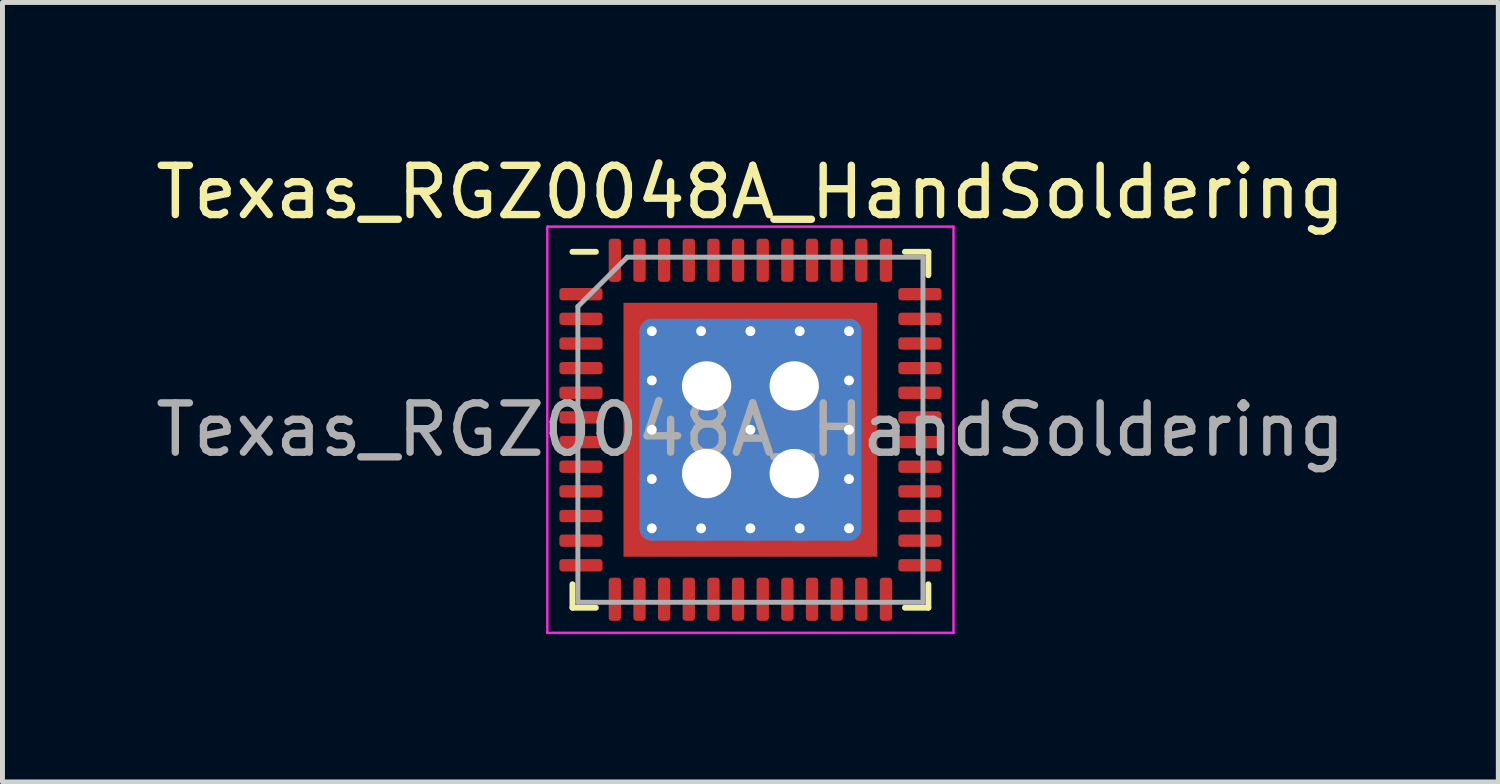
<source format=kicad_pcb>
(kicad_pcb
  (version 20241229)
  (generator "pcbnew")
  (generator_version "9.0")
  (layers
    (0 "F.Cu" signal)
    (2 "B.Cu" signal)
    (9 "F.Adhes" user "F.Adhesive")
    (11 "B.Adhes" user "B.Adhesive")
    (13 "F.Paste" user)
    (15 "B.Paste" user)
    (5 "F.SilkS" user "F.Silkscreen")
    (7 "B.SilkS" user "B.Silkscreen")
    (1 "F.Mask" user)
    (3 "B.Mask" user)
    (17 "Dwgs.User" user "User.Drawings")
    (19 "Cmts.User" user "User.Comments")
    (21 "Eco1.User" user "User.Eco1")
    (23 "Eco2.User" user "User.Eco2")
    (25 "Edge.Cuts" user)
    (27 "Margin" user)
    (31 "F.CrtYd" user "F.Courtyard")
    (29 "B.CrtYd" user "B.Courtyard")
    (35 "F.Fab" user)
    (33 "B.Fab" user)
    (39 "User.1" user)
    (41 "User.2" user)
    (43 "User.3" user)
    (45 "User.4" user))
  (footprint "Texas_RGZ0048A_HandSoldering"
    (layer "F.Cu")
    (at 12.173 5.668)
    (property "Reference" "Texas_RGZ0048A_HandSoldering" (at 0 -4.82 0) (layer "F.SilkS") (effects (font (size 1 1) (thickness 0.15))))
    (attr smd)
    (fp_line (start -3.61 3.61) (end -3.61 3.135) (stroke (width 0.12) (type solid)) (layer "F.SilkS"))
    (fp_line (start -3.135 -3.61) (end -3.61 -3.61) (stroke (width 0.12) (type solid)) (layer "F.SilkS"))
    (fp_line (start -3.135 3.61) (end -3.61 3.61) (stroke (width 0.12) (type solid)) (layer "F.SilkS"))
    (fp_line (start 3.135 -3.61) (end 3.61 -3.61) (stroke (width 0.12) (type solid)) (layer "F.SilkS"))
    (fp_line (start 3.135 3.61) (end 3.61 3.61) (stroke (width 0.12) (type solid)) (layer "F.SilkS"))
    (fp_line (start 3.61 -3.61) (end 3.61 -3.135) (stroke (width 0.12) (type solid)) (layer "F.SilkS"))
    (fp_line (start 3.61 3.61) (end 3.61 3.135) (stroke (width 0.12) (type solid)) (layer "F.SilkS"))
    (fp_line (start -4.12 -4.12) (end -4.12 4.12) (stroke (width 0.05) (type solid)) (layer "F.CrtYd"))
    (fp_line (start -4.12 4.12) (end 4.12 4.12) (stroke (width 0.05) (type solid)) (layer "F.CrtYd"))
    (fp_line (start 4.12 -4.12) (end -4.12 -4.12) (stroke (width 0.05) (type solid)) (layer "F.CrtYd"))
    (fp_line (start 4.12 4.12) (end 4.12 -4.12) (stroke (width 0.05) (type solid)) (layer "F.CrtYd"))
    (fp_line (start -3.5 -2.5) (end -2.5 -3.5) (stroke (width 0.1) (type solid)) (layer "F.Fab"))
    (fp_line (start -3.5 3.5) (end -3.5 -2.5) (stroke (width 0.1) (type solid)) (layer "F.Fab"))
    (fp_line (start -2.5 -3.5) (end 3.5 -3.5) (stroke (width 0.1) (type solid)) (layer "F.Fab"))
    (fp_line (start 3.5 -3.5) (end 3.5 3.5) (stroke (width 0.1) (type solid)) (layer "F.Fab"))
    (fp_line (start 3.5 3.5) (end -3.5 3.5) (stroke (width 0.1) (type solid)) (layer "F.Fab"))
    (fp_text user "${REFERENCE}" (at 0 0 0) (layer "F.Fab") (effects (font (size 1 1) (thickness 0.15))))
    (pad "" smd custom (at -2.288 -2.288) (size 0.342 0.342) (layers "F.Paste") (options (anchor circle)) (primitives (gr_poly (pts (xy -0.116 -0.116) (xy 0.116 -0.116) (xy 0.116 0.012) (xy 0.012 0.116) (xy -0.116 0.116)) (width 0.232) (fill yes))))
    (pad "" smd custom (at -2.288 -1.5) (size 0.371 0.371) (layers "F.Paste") (options (anchor circle)) (primitives (gr_poly (pts (xy -0.14 -0.311) (xy 0.063 -0.311) (xy 0.14 -0.235) (xy 0.14 0.235) (xy 0.063 0.311) (xy -0.14 0.311)) (width 0.184) (fill yes))))
    (pad "" smd custom (at -2.288 -0.5) (size 0.371 0.371) (layers "F.Paste") (options (anchor circle)) (primitives (gr_poly (pts (xy -0.14 -0.311) (xy 0.063 -0.311) (xy 0.14 -0.235) (xy 0.14 0.235) (xy 0.063 0.311) (xy -0.14 0.311)) (width 0.184) (fill yes))))
    (pad "" smd custom (at -2.288 0.5) (size 0.371 0.371) (layers "F.Paste") (options (anchor circle)) (primitives (gr_poly (pts (xy -0.14 -0.311) (xy 0.063 -0.311) (xy 0.14 -0.235) (xy 0.14 0.235) (xy 0.063 0.311) (xy -0.14 0.311)) (width 0.184) (fill yes))))
    (pad "" smd custom (at -2.288 1.5) (size 0.371 0.371) (layers "F.Paste") (options (anchor circle)) (primitives (gr_poly (pts (xy -0.14 -0.311) (xy 0.063 -0.311) (xy 0.14 -0.235) (xy 0.14 0.235) (xy 0.063 0.311) (xy -0.14 0.311)) (width 0.184) (fill yes))))
    (pad "" smd custom (at -2.288 2.288) (size 0.342 0.342) (layers "F.Paste") (options (anchor circle)) (primitives (gr_poly (pts (xy -0.116 -0.116) (xy 0.012 -0.116) (xy 0.116 -0.012) (xy 0.116 0.116) (xy -0.116 0.116)) (width 0.232) (fill yes))))
    (pad "" smd custom (at -1.5 -2.288) (size 0.371 0.371) (layers "F.Paste") (options (anchor circle)) (primitives (gr_poly (pts (xy -0.311 -0.14) (xy 0.311 -0.14) (xy 0.311 0.063) (xy 0.235 0.14) (xy -0.235 0.14) (xy -0.311 0.063)) (width 0.184) (fill yes))))
    (pad "" smd roundrect (at -1.5 -1.5) (size 0.806 0.806) (layers "F.Paste") (roundrect_rratio 0.25))
    (pad "" smd roundrect (at -1.5 -0.5) (size 0.806 0.806) (layers "F.Paste") (roundrect_rratio 0.25))
    (pad "" smd roundrect (at -1.5 0.5) (size 0.806 0.806) (layers "F.Paste") (roundrect_rratio 0.25))
    (pad "" smd roundrect (at -1.5 1.5) (size 0.806 0.806) (layers "F.Paste") (roundrect_rratio 0.25))
    (pad "" smd custom (at -1.5 2.288) (size 0.371 0.371) (layers "F.Paste") (options (anchor circle)) (primitives (gr_poly (pts (xy -0.311 -0.063) (xy -0.235 -0.14) (xy 0.235 -0.14) (xy 0.311 -0.063) (xy 0.311 0.14) (xy -0.311 0.14)) (width 0.184) (fill yes))))
    (pad "" smd custom (at -0.5 -2.288) (size 0.371 0.371) (layers "F.Paste") (options (anchor circle)) (primitives (gr_poly (pts (xy -0.311 -0.14) (xy 0.311 -0.14) (xy 0.311 0.063) (xy 0.235 0.14) (xy -0.235 0.14) (xy -0.311 0.063)) (width 0.184) (fill yes))))
    (pad "" smd roundrect (at -0.5 -1.5) (size 0.806 0.806) (layers "F.Paste") (roundrect_rratio 0.25))
    (pad "" smd roundrect (at -0.5 -0.5) (size 0.806 0.806) (layers "F.Paste") (roundrect_rratio 0.25))
    (pad "" smd roundrect (at -0.5 0.5) (size 0.806 0.806) (layers "F.Paste") (roundrect_rratio 0.25))
    (pad "" smd roundrect (at -0.5 1.5) (size 0.806 0.806) (layers "F.Paste") (roundrect_rratio 0.25))
    (pad "" smd custom (at -0.5 2.288) (size 0.371 0.371) (layers "F.Paste") (options (anchor circle)) (primitives (gr_poly (pts (xy -0.311 -0.063) (xy -0.235 -0.14) (xy 0.235 -0.14) (xy 0.311 -0.063) (xy 0.311 0.14) (xy -0.311 0.14)) (width 0.184) (fill yes))))
    (pad "" smd custom (at 0.5 -2.288) (size 0.371 0.371) (layers "F.Paste") (options (anchor circle)) (primitives (gr_poly (pts (xy -0.311 -0.14) (xy 0.311 -0.14) (xy 0.311 0.063) (xy 0.235 0.14) (xy -0.235 0.14) (xy -0.311 0.063)) (width 0.184) (fill yes))))
    (pad "" smd roundrect (at 0.5 -1.5) (size 0.806 0.806) (layers "F.Paste") (roundrect_rratio 0.25))
    (pad "" smd roundrect (at 0.5 -0.5) (size 0.806 0.806) (layers "F.Paste") (roundrect_rratio 0.25))
    (pad "" smd roundrect (at 0.5 0.5) (size 0.806 0.806) (layers "F.Paste") (roundrect_rratio 0.25))
    (pad "" smd roundrect (at 0.5 1.5) (size 0.806 0.806) (layers "F.Paste") (roundrect_rratio 0.25))
    (pad "" smd custom (at 0.5 2.288) (size 0.371 0.371) (layers "F.Paste") (options (anchor circle)) (primitives (gr_poly (pts (xy -0.311 -0.063) (xy -0.235 -0.14) (xy 0.235 -0.14) (xy 0.311 -0.063) (xy 0.311 0.14) (xy -0.311 0.14)) (width 0.184) (fill yes))))
    (pad "" smd custom (at 1.5 -2.288) (size 0.371 0.371) (layers "F.Paste") (options (anchor circle)) (primitives (gr_poly (pts (xy -0.311 -0.14) (xy 0.311 -0.14) (xy 0.311 0.063) (xy 0.235 0.14) (xy -0.235 0.14) (xy -0.311 0.063)) (width 0.184) (fill yes))))
    (pad "" smd roundrect (at 1.5 -1.5) (size 0.806 0.806) (layers "F.Paste") (roundrect_rratio 0.25))
    (pad "" smd roundrect (at 1.5 -0.5) (size 0.806 0.806) (layers "F.Paste") (roundrect_rratio 0.25))
    (pad "" smd roundrect (at 1.5 0.5) (size 0.806 0.806) (layers "F.Paste") (roundrect_rratio 0.25))
    (pad "" smd roundrect (at 1.5 1.5) (size 0.806 0.806) (layers "F.Paste") (roundrect_rratio 0.25))
    (pad "" smd custom (at 1.5 2.288) (size 0.371 0.371) (layers "F.Paste") (options (anchor circle)) (primitives (gr_poly (pts (xy -0.311 -0.063) (xy -0.235 -0.14) (xy 0.235 -0.14) (xy 0.311 -0.063) (xy 0.311 0.14) (xy -0.311 0.14)) (width 0.184) (fill yes))))
    (pad "" smd custom (at 2.288 -2.288) (size 0.342 0.342) (layers "F.Paste") (options (anchor circle)) (primitives (gr_poly (pts (xy -0.116 -0.116) (xy 0.116 -0.116) (xy 0.116 0.116) (xy -0.012 0.116) (xy -0.116 0.012)) (width 0.232) (fill yes))))
    (pad "" smd custom (at 2.288 -1.5) (size 0.371 0.371) (layers "F.Paste") (options (anchor circle)) (primitives (gr_poly (pts (xy -0.14 -0.235) (xy -0.063 -0.311) (xy 0.14 -0.311) (xy 0.14 0.311) (xy -0.063 0.311) (xy -0.14 0.235)) (width 0.184) (fill yes))))
    (pad "" smd custom (at 2.288 -0.5) (size 0.371 0.371) (layers "F.Paste") (options (anchor circle)) (primitives (gr_poly (pts (xy -0.14 -0.235) (xy -0.063 -0.311) (xy 0.14 -0.311) (xy 0.14 0.311) (xy -0.063 0.311) (xy -0.14 0.235)) (width 0.184) (fill yes))))
    (pad "" smd custom (at 2.288 0.5) (size 0.371 0.371) (layers "F.Paste") (options (anchor circle)) (primitives (gr_poly (pts (xy -0.14 -0.235) (xy -0.063 -0.311) (xy 0.14 -0.311) (xy 0.14 0.311) (xy -0.063 0.311) (xy -0.14 0.235)) (width 0.184) (fill yes))))
    (pad "" smd custom (at 2.288 1.5) (size 0.371 0.371) (layers "F.Paste") (options (anchor circle)) (primitives (gr_poly (pts (xy -0.14 -0.235) (xy -0.063 -0.311) (xy 0.14 -0.311) (xy 0.14 0.311) (xy -0.063 0.311) (xy -0.14 0.235)) (width 0.184) (fill yes))))
    (pad "" smd custom (at 2.288 2.288) (size 0.342 0.342) (layers "F.Paste") (options (anchor circle)) (primitives (gr_poly (pts (xy -0.116 -0.012) (xy -0.012 -0.116) (xy 0.116 -0.116) (xy 0.116 0.116) (xy -0.116 0.116)) (width 0.232) (fill yes))))
    (pad "1" smd roundrect (at -3.438 -2.75) (size 0.875 0.25) (layers "F.Cu" "F.Mask" "F.Paste") (roundrect_rratio 0.25))
    (pad "2" smd roundrect (at -3.438 -2.25) (size 0.875 0.25) (layers "F.Cu" "F.Mask" "F.Paste") (roundrect_rratio 0.25))
    (pad "3" smd roundrect (at -3.438 -1.75) (size 0.875 0.25) (layers "F.Cu" "F.Mask" "F.Paste") (roundrect_rratio 0.25))
    (pad "4" smd roundrect (at -3.438 -1.25) (size 0.875 0.25) (layers "F.Cu" "F.Mask" "F.Paste") (roundrect_rratio 0.25))
    (pad "5" smd roundrect (at -3.438 -0.75) (size 0.875 0.25) (layers "F.Cu" "F.Mask" "F.Paste") (roundrect_rratio 0.25))
    (pad "6" smd roundrect (at -3.438 -0.25) (size 0.875 0.25) (layers "F.Cu" "F.Mask" "F.Paste") (roundrect_rratio 0.25))
    (pad "7" smd roundrect (at -3.438 0.25) (size 0.875 0.25) (layers "F.Cu" "F.Mask" "F.Paste") (roundrect_rratio 0.25))
    (pad "8" smd roundrect (at -3.438 0.75) (size 0.875 0.25) (layers "F.Cu" "F.Mask" "F.Paste") (roundrect_rratio 0.25))
    (pad "9" smd roundrect (at -3.438 1.25) (size 0.875 0.25) (layers "F.Cu" "F.Mask" "F.Paste") (roundrect_rratio 0.25))
    (pad "10" smd roundrect (at -3.438 1.75) (size 0.875 0.25) (layers "F.Cu" "F.Mask" "F.Paste") (roundrect_rratio 0.25))
    (pad "11" smd roundrect (at -3.438 2.25) (size 0.875 0.25) (layers "F.Cu" "F.Mask" "F.Paste") (roundrect_rratio 0.25))
    (pad "12" smd roundrect (at -3.438 2.75) (size 0.875 0.25) (layers "F.Cu" "F.Mask" "F.Paste") (roundrect_rratio 0.25))
    (pad "13" smd roundrect (at -2.75 3.438) (size 0.25 0.875) (layers "F.Cu" "F.Mask" "F.Paste") (roundrect_rratio 0.25))
    (pad "14" smd roundrect (at -2.25 3.438) (size 0.25 0.875) (layers "F.Cu" "F.Mask" "F.Paste") (roundrect_rratio 0.25))
    (pad "15" smd roundrect (at -1.75 3.438) (size 0.25 0.875) (layers "F.Cu" "F.Mask" "F.Paste") (roundrect_rratio 0.25))
    (pad "16" smd roundrect (at -1.25 3.438) (size 0.25 0.875) (layers "F.Cu" "F.Mask" "F.Paste") (roundrect_rratio 0.25))
    (pad "17" smd roundrect (at -0.75 3.438) (size 0.25 0.875) (layers "F.Cu" "F.Mask" "F.Paste") (roundrect_rratio 0.25))
    (pad "18" smd roundrect (at -0.25 3.438) (size 0.25 0.875) (layers "F.Cu" "F.Mask" "F.Paste") (roundrect_rratio 0.25))
    (pad "19" smd roundrect (at 0.25 3.438) (size 0.25 0.875) (layers "F.Cu" "F.Mask" "F.Paste") (roundrect_rratio 0.25))
    (pad "20" smd roundrect (at 0.75 3.438) (size 0.25 0.875) (layers "F.Cu" "F.Mask" "F.Paste") (roundrect_rratio 0.25))
    (pad "21" smd roundrect (at 1.25 3.438) (size 0.25 0.875) (layers "F.Cu" "F.Mask" "F.Paste") (roundrect_rratio 0.25))
    (pad "22" smd roundrect (at 1.75 3.438) (size 0.25 0.875) (layers "F.Cu" "F.Mask" "F.Paste") (roundrect_rratio 0.25))
    (pad "23" smd roundrect (at 2.25 3.438) (size 0.25 0.875) (layers "F.Cu" "F.Mask" "F.Paste") (roundrect_rratio 0.25))
    (pad "24" smd roundrect (at 2.75 3.438) (size 0.25 0.875) (layers "F.Cu" "F.Mask" "F.Paste") (roundrect_rratio 0.25))
    (pad "25" smd roundrect (at 3.438 2.75) (size 0.875 0.25) (layers "F.Cu" "F.Mask" "F.Paste") (roundrect_rratio 0.25))
    (pad "26" smd roundrect (at 3.438 2.25) (size 0.875 0.25) (layers "F.Cu" "F.Mask" "F.Paste") (roundrect_rratio 0.25))
    (pad "27" smd roundrect (at 3.438 1.75) (size 0.875 0.25) (layers "F.Cu" "F.Mask" "F.Paste") (roundrect_rratio 0.25))
    (pad "28" smd roundrect (at 3.438 1.25) (size 0.875 0.25) (layers "F.Cu" "F.Mask" "F.Paste") (roundrect_rratio 0.25))
    (pad "29" smd roundrect (at 3.438 0.75) (size 0.875 0.25) (layers "F.Cu" "F.Mask" "F.Paste") (roundrect_rratio 0.25))
    (pad "30" smd roundrect (at 3.438 0.25) (size 0.875 0.25) (layers "F.Cu" "F.Mask" "F.Paste") (roundrect_rratio 0.25))
    (pad "31" smd roundrect (at 3.438 -0.25) (size 0.875 0.25) (layers "F.Cu" "F.Mask" "F.Paste") (roundrect_rratio 0.25))
    (pad "32" smd roundrect (at 3.438 -0.75) (size 0.875 0.25) (layers "F.Cu" "F.Mask" "F.Paste") (roundrect_rratio 0.25))
    (pad "33" smd roundrect (at 3.438 -1.25) (size 0.875 0.25) (layers "F.Cu" "F.Mask" "F.Paste") (roundrect_rratio 0.25))
    (pad "34" smd roundrect (at 3.438 -1.75) (size 0.875 0.25) (layers "F.Cu" "F.Mask" "F.Paste") (roundrect_rratio 0.25))
    (pad "35" smd roundrect (at 3.438 -2.25) (size 0.875 0.25) (layers "F.Cu" "F.Mask" "F.Paste") (roundrect_rratio 0.25))
    (pad "36" smd roundrect (at 3.438 -2.75) (size 0.875 0.25) (layers "F.Cu" "F.Mask" "F.Paste") (roundrect_rratio 0.25))
    (pad "37" smd roundrect (at 2.75 -3.438) (size 0.25 0.875) (layers "F.Cu" "F.Mask" "F.Paste") (roundrect_rratio 0.25))
    (pad "38" smd roundrect (at 2.25 -3.438) (size 0.25 0.875) (layers "F.Cu" "F.Mask" "F.Paste") (roundrect_rratio 0.25))
    (pad "39" smd roundrect (at 1.75 -3.438) (size 0.25 0.875) (layers "F.Cu" "F.Mask" "F.Paste") (roundrect_rratio 0.25))
    (pad "40" smd roundrect (at 1.25 -3.438) (size 0.25 0.875) (layers "F.Cu" "F.Mask" "F.Paste") (roundrect_rratio 0.25))
    (pad "41" smd roundrect (at 0.75 -3.438) (size 0.25 0.875) (layers "F.Cu" "F.Mask" "F.Paste") (roundrect_rratio 0.25))
    (pad "42" smd roundrect (at 0.25 -3.438) (size 0.25 0.875) (layers "F.Cu" "F.Mask" "F.Paste") (roundrect_rratio 0.25))
    (pad "43" smd roundrect (at -0.25 -3.438) (size 0.25 0.875) (layers "F.Cu" "F.Mask" "F.Paste") (roundrect_rratio 0.25))
    (pad "44" smd roundrect (at -0.75 -3.438) (size 0.25 0.875) (layers "F.Cu" "F.Mask" "F.Paste") (roundrect_rratio 0.25))
    (pad "45" smd roundrect (at -1.25 -3.438) (size 0.25 0.875) (layers "F.Cu" "F.Mask" "F.Paste") (roundrect_rratio 0.25))
    (pad "46" smd roundrect (at -1.75 -3.438) (size 0.25 0.875) (layers "F.Cu" "F.Mask" "F.Paste") (roundrect_rratio 0.25))
    (pad "47" smd roundrect (at -2.25 -3.438) (size 0.25 0.875) (layers "F.Cu" "F.Mask" "F.Paste") (roundrect_rratio 0.25))
    (pad "48" smd roundrect (at -2.75 -3.438) (size 0.25 0.875) (layers "F.Cu" "F.Mask" "F.Paste") (roundrect_rratio 0.25))
    (pad "49" thru_hole circle (at -2 -2) (size 0.5 0.5) (drill 0.2) (layers "*.Cu"))
    (pad "49" thru_hole circle (at -2 -1) (size 0.5 0.5) (drill 0.2) (layers "*.Cu"))
    (pad "49" thru_hole circle (at -2 0) (size 0.5 0.5) (drill 0.2) (layers "*.Cu"))
    (pad "49" thru_hole circle (at -2 1) (size 0.5 0.5) (drill 0.2) (layers "*.Cu"))
    (pad "49" thru_hole circle (at -2 2) (size 0.5 0.5) (drill 0.2) (layers "*.Cu"))
    (pad "49" thru_hole circle (at -1 -2) (size 0.5 0.5) (drill 0.2) (layers "*.Cu"))
    (pad "49" thru_hole circle (at -1 2) (size 0.5 0.5) (drill 0.2) (layers "*.Cu"))
    (pad "49" thru_hole circle (at -0.889 -0.889) (size 1.3 1.3) (drill 1) (layers "*.Cu"))
    (pad "49" thru_hole circle (at -0.889 0.889) (size 1.3 1.3) (drill 1) (layers "*.Cu"))
    (pad "49" thru_hole circle (at 0 -2) (size 0.5 0.5) (drill 0.2) (layers "*.Cu"))
    (pad "49" thru_hole circle (at 0 0) (size 0.5 0.5) (drill 0.2) (layers "*.Cu"))
    (pad "49" smd roundrect (at 0 0) (size 4.5 4.5) (layers "B.Cu") (roundrect_rratio 0.056))
    (pad "49" smd rect (at 0 0) (size 5.15 5.15) (layers "F.Cu" "F.Mask"))
    (pad "49" thru_hole circle (at 0 2) (size 0.5 0.5) (drill 0.2) (layers "*.Cu"))
    (pad "49" thru_hole circle (at 0.889 -0.889) (size 1.3 1.3) (drill 1) (layers "*.Cu"))
    (pad "49" thru_hole circle (at 0.889 0.889) (size 1.3 1.3) (drill 1) (layers "*.Cu"))
    (pad "49" thru_hole circle (at 1 -2) (size 0.5 0.5) (drill 0.2) (layers "*.Cu"))
    (pad "49" thru_hole circle (at 1 2) (size 0.5 0.5) (drill 0.2) (layers "*.Cu"))
    (pad "49" thru_hole circle (at 2 -2) (size 0.5 0.5) (drill 0.2) (layers "*.Cu"))
    (pad "49" thru_hole circle (at 2 -1) (size 0.5 0.5) (drill 0.2) (layers "*.Cu"))
    (pad "49" thru_hole circle (at 2 0) (size 0.5 0.5) (drill 0.2) (layers "*.Cu"))
    (pad "49" thru_hole circle (at 2 1) (size 0.5 0.5) (drill 0.2) (layers "*.Cu"))
    (pad "49" thru_hole circle (at 2 2) (size 0.5 0.5) (drill 0.2) (layers "*.Cu")))
  (gr_rect
    (start -3 -3)
    (end 27.345 12.813)
    (stroke (width 0.1) (type default))
    (fill no)
    (layer "Edge.Cuts")))
</source>
